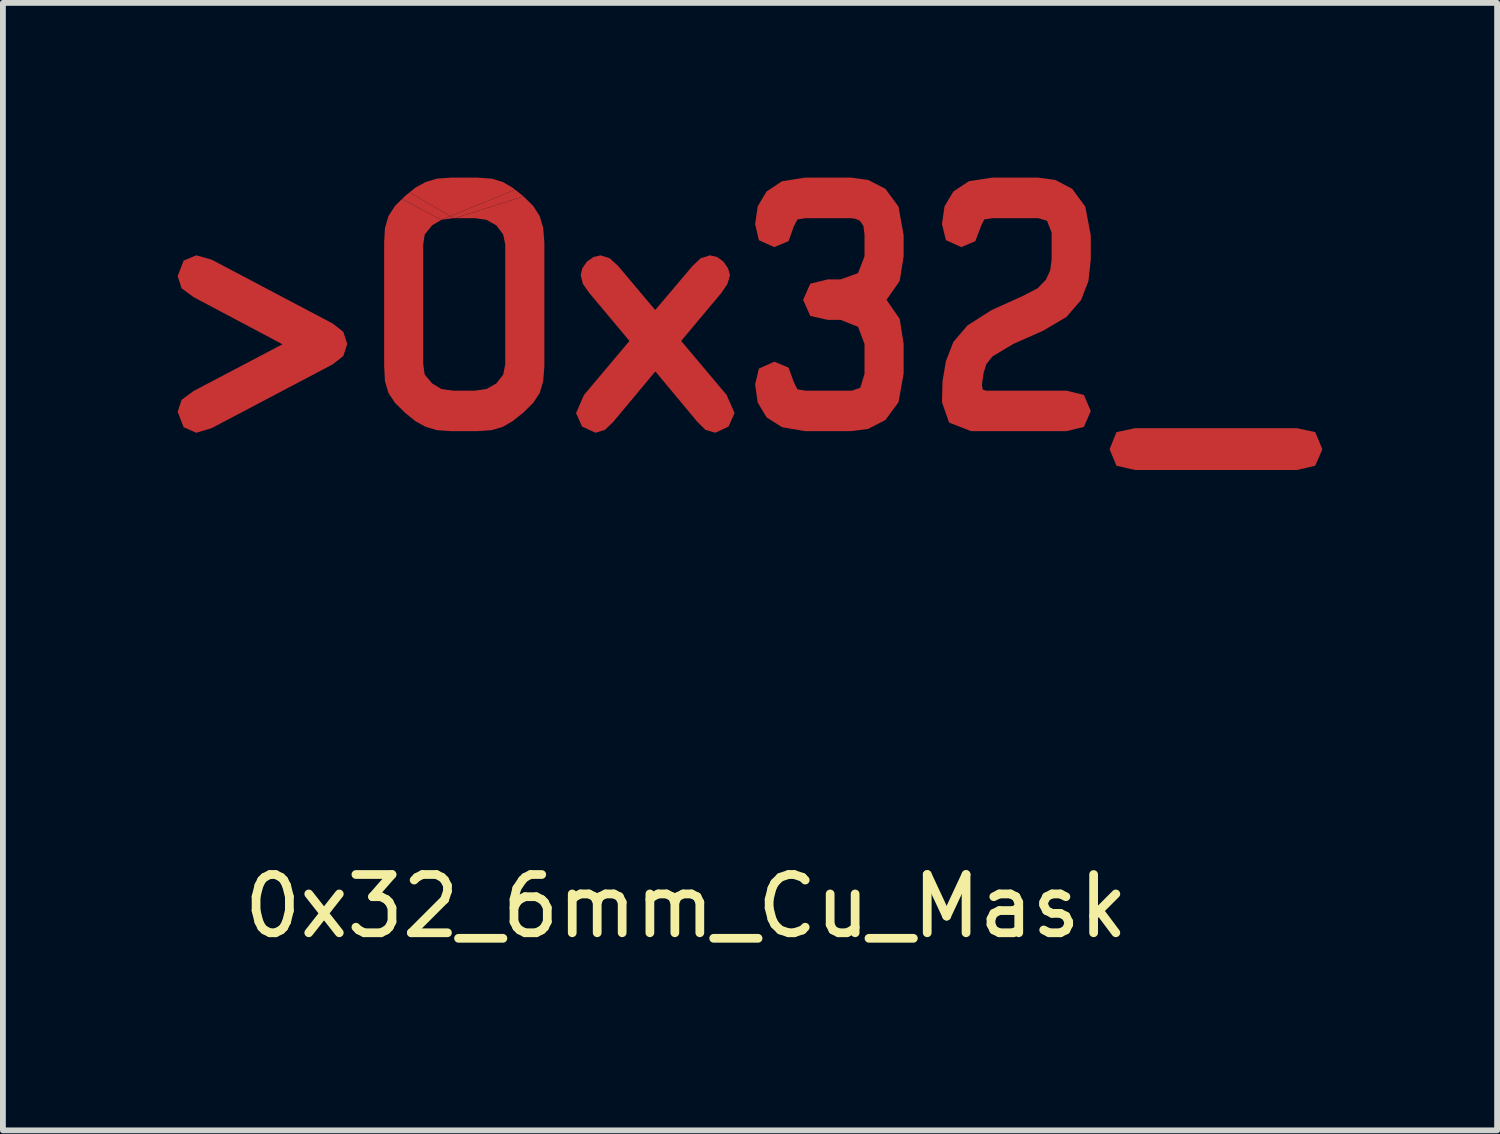
<source format=kicad_pcb>
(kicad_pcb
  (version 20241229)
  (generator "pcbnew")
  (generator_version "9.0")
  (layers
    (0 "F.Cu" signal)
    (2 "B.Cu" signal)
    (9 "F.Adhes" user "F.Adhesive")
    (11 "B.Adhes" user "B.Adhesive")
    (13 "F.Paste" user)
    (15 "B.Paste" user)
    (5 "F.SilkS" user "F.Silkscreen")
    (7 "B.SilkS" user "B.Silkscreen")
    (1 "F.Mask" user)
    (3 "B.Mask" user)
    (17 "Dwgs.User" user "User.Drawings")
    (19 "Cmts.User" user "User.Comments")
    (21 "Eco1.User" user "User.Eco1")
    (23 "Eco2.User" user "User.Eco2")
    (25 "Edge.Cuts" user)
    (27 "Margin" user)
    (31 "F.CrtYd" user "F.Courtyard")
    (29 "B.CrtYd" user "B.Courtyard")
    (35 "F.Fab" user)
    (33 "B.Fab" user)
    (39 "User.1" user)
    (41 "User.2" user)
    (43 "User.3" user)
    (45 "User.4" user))
  (footprint "0x32_6mm_Cu_Mask"
    (layer "F.Cu")
    (at 8.728 2.511)
    (property "Reference" "0x32_6mm_Cu_Mask" (at 0 10 0) (layer "F.SilkS") (effects (font (size 1 1) (thickness 0.15))))
    (attr through_hole)
    (fp_poly (pts (xy -3.991 -1.815) (xy -4.197 -1.787) (xy -4.047 -1.848)) (stroke (width 0) (type solid)) (fill yes) (layer "F.Cu"))
    (fp_poly (pts (xy -4.197 -1.787) (xy -4.876 -2.144) (xy -4.824 -2.194) (xy -4.747 -2.257) (xy -4.047 -1.848)) (stroke (width 0) (type solid)) (fill yes) (layer "F.Cu"))
    (fp_poly (pts (xy -2.934 -2.305) (xy -2.794 -2.194) (xy -2.79 -2.19) (xy -3.968 -1.815) (xy -3.991 -1.815) (xy -4.047 -1.848)) (stroke (width 0) (type solid)) (fill yes) (layer "F.Cu"))
    (fp_poly (pts (xy 10.805 1.859) (xy 10.928 2.153) (xy 10.805 2.436) (xy 10.491 2.509) (xy 7.711 2.509) (xy 7.392 2.436) (xy 7.274 2.153) (xy 7.392 1.859) (xy 7.711 1.791) (xy 10.491 1.791)) (stroke (width 0) (type solid)) (fill yes) (layer "F.Cu"))
    (fp_poly (pts (xy -4.747 -2.257) (xy -4.643 -2.341) (xy -4.466 -2.437) (xy -4.275 -2.494) (xy -4.035 -2.511) (xy -3.584 -2.511) (xy -3.338 -2.494) (xy -3.147 -2.437) (xy -2.98 -2.341) (xy -2.934 -2.305) (xy -4.047 -1.848)) (stroke (width 0) (type solid)) (fill yes) (layer "F.Cu"))
    (fp_poly (pts (xy -8.145 -1.103) (xy -6.065 -0.006) (xy -5.884 0.135) (xy -5.815 0.344) (xy -5.884 0.553) (xy -6.065 0.695) (xy -8.145 1.791) (xy -8.409 1.87) (xy -8.625 1.774) (xy -8.728 1.509) (xy -8.66 1.305) (xy -8.454 1.152) (xy -6.928 0.35) (xy -8.454 -0.459) (xy -8.66 -0.611) (xy -8.728 -0.82) (xy -8.625 -1.086) (xy -8.409 -1.177)) (stroke (width 0) (type solid)) (fill yes) (layer "F.Cu"))
    (fp_poly (pts (xy 0.536 -1.148) (xy 0.644 -1.069) (xy 0.722 -0.956) (xy 0.757 -0.837) (xy 0.712 -0.685) (xy 0.609 -0.532) (xy -0.082 0.293) (xy 0.698 1.22) (xy 0.835 1.531) (xy 0.732 1.763) (xy 0.502 1.87) (xy 0.335 1.82) (xy 0.197 1.684) (xy -0.523 0.819) (xy -0.528 0.819) (xy -1.249 1.684) (xy -1.391 1.82) (xy -1.553 1.87) (xy -1.784 1.763) (xy -1.887 1.531) (xy -1.75 1.22) (xy -0.97 0.293) (xy -1.661 -0.532) (xy -1.769 -0.685) (xy -1.808 -0.837) (xy -1.779 -0.956) (xy -1.7 -1.069) (xy -1.588 -1.148) (xy -1.465 -1.177) (xy -1.308 -1.126) (xy -1.161 -0.99) (xy -0.528 -0.238) (xy 0.109 -0.99) (xy 0.251 -1.126) (xy 0.413 -1.177)) (stroke (width 0) (type solid)) (fill yes) (layer "F.Cu"))
    (fp_poly (pts (xy -2.622 -2.025) (xy -2.51 -1.849) (xy -2.451 -1.646) (xy -2.431 -1.397) (xy -2.431 0.723) (xy -2.451 0.983) (xy -2.51 1.186) (xy -2.622 1.356) (xy -2.794 1.526) (xy -2.98 1.673) (xy -3.147 1.769) (xy -3.338 1.825) (xy -3.584 1.842) (xy -4.035 1.842) (xy -4.275 1.825) (xy -4.466 1.769) (xy -4.643 1.673) (xy -4.824 1.526) (xy -4.996 1.356) (xy -5.109 1.186) (xy -5.168 0.983) (xy -5.182 0.723) (xy -5.182 -1.397) (xy -5.168 -1.646) (xy -5.109 -1.849) (xy -4.996 -2.025) (xy -4.876 -2.144) (xy -4.197 -1.787) (xy -4.359 -1.691) (xy -4.486 -1.533) (xy -4.511 -1.363) (xy -4.511 0.695) (xy -4.486 0.87) (xy -4.359 1.022) (xy -4.197 1.119) (xy -3.991 1.147) (xy -3.628 1.147) (xy -3.427 1.119) (xy -3.255 1.022) (xy -3.137 0.87) (xy -3.103 0.695) (xy -3.103 -1.363) (xy -3.137 -1.533) (xy -3.255 -1.691) (xy -3.427 -1.787) (xy -3.628 -1.815) (xy -3.968 -1.815) (xy -2.79 -2.19)) (stroke (width 0) (type solid)) (fill yes) (layer "F.Cu"))
    (fp_poly (pts (xy 6.343 -2.471) (xy 6.632 -2.319) (xy 6.857 -2.013) (xy 6.951 -1.521) (xy 6.951 -1.103) (xy 6.911 -0.736) (xy 6.784 -0.408) (xy 6.534 -0.119) (xy 6.132 0.118) (xy 5.622 0.344) (xy 5.263 0.559) (xy 5.16 0.689) (xy 5.112 0.836) (xy 5.092 0.972) (xy 5.082 1.051) (xy 5.097 1.13) (xy 5.156 1.147) (xy 6.534 1.147) (xy 6.833 1.22) (xy 6.951 1.497) (xy 6.833 1.769) (xy 6.534 1.842) (xy 4.896 1.842) (xy 4.518 1.695) (xy 4.396 1.345) (xy 4.405 0.989) (xy 4.464 0.638) (xy 4.592 0.31) (xy 4.832 0.028) (xy 5.249 -0.238) (xy 5.788 -0.481) (xy 6.038 -0.611) (xy 6.181 -0.758) (xy 6.254 -0.917) (xy 6.279 -1.103) (xy 6.279 -1.567) (xy 6.2 -1.77) (xy 6.048 -1.815) (xy 5.268 -1.815) (xy 5.121 -1.793) (xy 5.067 -1.68) (xy 4.969 -1.42) (xy 4.729 -1.318) (xy 4.464 -1.437) (xy 4.396 -1.714) (xy 4.44 -2.019) (xy 4.592 -2.273) (xy 4.856 -2.449) (xy 5.254 -2.511) (xy 6.048 -2.511)) (stroke (width 0) (type solid)) (fill yes) (layer "F.Cu"))
    (fp_poly (pts (xy 3.13 -2.471) (xy 3.425 -2.319) (xy 3.65 -2.013) (xy 3.738 -1.521) (xy 3.738 -1.16) (xy 3.67 -0.736) (xy 3.444 -0.413) (xy 3.67 -0.086) (xy 3.738 0.344) (xy 3.738 0.853) (xy 3.65 1.345) (xy 3.425 1.65) (xy 3.13 1.803) (xy 2.836 1.842) (xy 2.042 1.842) (xy 1.649 1.774) (xy 1.384 1.605) (xy 1.232 1.35) (xy 1.188 1.039) (xy 1.252 0.768) (xy 1.517 0.649) (xy 1.762 0.751) (xy 1.855 1.005) (xy 1.914 1.124) (xy 2.056 1.147) (xy 2.851 1.147) (xy 2.993 1.096) (xy 3.066 0.859) (xy 3.066 0.344) (xy 2.954 0.05) (xy 2.655 -0.069) (xy 2.434 -0.069) (xy 2.135 -0.136) (xy 2.012 -0.413) (xy 2.135 -0.69) (xy 2.434 -0.764) (xy 2.655 -0.764) (xy 2.954 -0.871) (xy 3.066 -1.16) (xy 3.066 -1.538) (xy 3.047 -1.68) (xy 2.988 -1.77) (xy 2.909 -1.804) (xy 2.836 -1.815) (xy 2.061 -1.815) (xy 1.914 -1.793) (xy 1.855 -1.68) (xy 1.762 -1.42) (xy 1.517 -1.318) (xy 1.252 -1.437) (xy 1.188 -1.714) (xy 1.232 -2.019) (xy 1.384 -2.273) (xy 1.649 -2.449) (xy 2.042 -2.511) (xy 2.836 -2.511)) (stroke (width 0) (type solid)) (fill yes) (layer "F.Cu"))
    (fp_poly (pts (xy -3.991 -1.815) (xy -4.197 -1.787) (xy -4.047 -1.848)) (stroke (width 0) (type solid)) (fill yes) (layer "F.Mask"))
    (fp_poly (pts (xy -4.197 -1.787) (xy -4.876 -2.144) (xy -4.824 -2.194) (xy -4.747 -2.257) (xy -4.047 -1.848)) (stroke (width 0) (type solid)) (fill yes) (layer "F.Mask"))
    (fp_poly (pts (xy -2.934 -2.305) (xy -2.794 -2.194) (xy -2.79 -2.19) (xy -3.968 -1.815) (xy -3.991 -1.815) (xy -4.047 -1.848)) (stroke (width 0) (type solid)) (fill yes) (layer "F.Mask"))
    (fp_poly (pts (xy 10.805 1.859) (xy 10.928 2.153) (xy 10.805 2.436) (xy 10.491 2.509) (xy 7.711 2.509) (xy 7.392 2.436) (xy 7.274 2.153) (xy 7.392 1.859) (xy 7.711 1.791) (xy 10.491 1.791)) (stroke (width 0) (type solid)) (fill yes) (layer "F.Mask"))
    (fp_poly (pts (xy -4.747 -2.257) (xy -4.643 -2.341) (xy -4.466 -2.437) (xy -4.275 -2.494) (xy -4.035 -2.511) (xy -3.584 -2.511) (xy -3.338 -2.494) (xy -3.147 -2.437) (xy -2.98 -2.341) (xy -2.934 -2.305) (xy -4.047 -1.848)) (stroke (width 0) (type solid)) (fill yes) (layer "F.Mask"))
    (fp_poly (pts (xy -8.145 -1.103) (xy -6.065 -0.006) (xy -5.884 0.135) (xy -5.815 0.344) (xy -5.884 0.553) (xy -6.065 0.695) (xy -8.145 1.791) (xy -8.409 1.87) (xy -8.625 1.774) (xy -8.728 1.509) (xy -8.66 1.305) (xy -8.454 1.152) (xy -6.928 0.35) (xy -8.454 -0.459) (xy -8.66 -0.611) (xy -8.728 -0.82) (xy -8.625 -1.086) (xy -8.409 -1.177)) (stroke (width 0) (type solid)) (fill yes) (layer "F.Mask"))
    (fp_poly (pts (xy 0.536 -1.148) (xy 0.644 -1.069) (xy 0.722 -0.956) (xy 0.757 -0.837) (xy 0.712 -0.685) (xy 0.609 -0.532) (xy -0.082 0.293) (xy 0.698 1.22) (xy 0.835 1.531) (xy 0.732 1.763) (xy 0.502 1.87) (xy 0.335 1.82) (xy 0.197 1.684) (xy -0.523 0.819) (xy -0.528 0.819) (xy -1.249 1.684) (xy -1.391 1.82) (xy -1.553 1.87) (xy -1.784 1.763) (xy -1.887 1.531) (xy -1.75 1.22) (xy -0.97 0.293) (xy -1.661 -0.532) (xy -1.769 -0.685) (xy -1.808 -0.837) (xy -1.779 -0.956) (xy -1.7 -1.069) (xy -1.588 -1.148) (xy -1.465 -1.177) (xy -1.308 -1.126) (xy -1.161 -0.99) (xy -0.528 -0.238) (xy 0.109 -0.99) (xy 0.251 -1.126) (xy 0.413 -1.177)) (stroke (width 0) (type solid)) (fill yes) (layer "F.Mask"))
    (fp_poly (pts (xy -2.622 -2.025) (xy -2.51 -1.849) (xy -2.451 -1.646) (xy -2.431 -1.397) (xy -2.431 0.723) (xy -2.451 0.983) (xy -2.51 1.186) (xy -2.622 1.356) (xy -2.794 1.526) (xy -2.98 1.673) (xy -3.147 1.769) (xy -3.338 1.825) (xy -3.584 1.842) (xy -4.035 1.842) (xy -4.275 1.825) (xy -4.466 1.769) (xy -4.643 1.673) (xy -4.824 1.526) (xy -4.996 1.356) (xy -5.109 1.186) (xy -5.168 0.983) (xy -5.182 0.723) (xy -5.182 -1.397) (xy -5.168 -1.646) (xy -5.109 -1.849) (xy -4.996 -2.025) (xy -4.876 -2.144) (xy -4.197 -1.787) (xy -4.359 -1.691) (xy -4.486 -1.533) (xy -4.511 -1.363) (xy -4.511 0.695) (xy -4.486 0.87) (xy -4.359 1.022) (xy -4.197 1.119) (xy -3.991 1.147) (xy -3.628 1.147) (xy -3.427 1.119) (xy -3.255 1.022) (xy -3.137 0.87) (xy -3.103 0.695) (xy -3.103 -1.363) (xy -3.137 -1.533) (xy -3.255 -1.691) (xy -3.427 -1.787) (xy -3.628 -1.815) (xy -3.968 -1.815) (xy -2.79 -2.19)) (stroke (width 0) (type solid)) (fill yes) (layer "F.Mask"))
    (fp_poly (pts (xy 6.343 -2.471) (xy 6.632 -2.319) (xy 6.857 -2.013) (xy 6.951 -1.521) (xy 6.951 -1.103) (xy 6.911 -0.736) (xy 6.784 -0.408) (xy 6.534 -0.119) (xy 6.132 0.118) (xy 5.622 0.344) (xy 5.263 0.559) (xy 5.16 0.689) (xy 5.112 0.836) (xy 5.092 0.972) (xy 5.082 1.051) (xy 5.097 1.13) (xy 5.156 1.147) (xy 6.534 1.147) (xy 6.833 1.22) (xy 6.951 1.497) (xy 6.833 1.769) (xy 6.534 1.842) (xy 4.896 1.842) (xy 4.518 1.695) (xy 4.396 1.345) (xy 4.405 0.989) (xy 4.464 0.638) (xy 4.592 0.31) (xy 4.832 0.028) (xy 5.249 -0.238) (xy 5.788 -0.481) (xy 6.038 -0.611) (xy 6.181 -0.758) (xy 6.254 -0.917) (xy 6.279 -1.103) (xy 6.279 -1.567) (xy 6.2 -1.77) (xy 6.048 -1.815) (xy 5.268 -1.815) (xy 5.121 -1.793) (xy 5.067 -1.68) (xy 4.969 -1.42) (xy 4.729 -1.318) (xy 4.464 -1.437) (xy 4.396 -1.714) (xy 4.44 -2.019) (xy 4.592 -2.273) (xy 4.856 -2.449) (xy 5.254 -2.511) (xy 6.048 -2.511)) (stroke (width 0) (type solid)) (fill yes) (layer "F.Mask"))
    (fp_poly (pts (xy 3.13 -2.471) (xy 3.425 -2.319) (xy 3.65 -2.013) (xy 3.738 -1.521) (xy 3.738 -1.16) (xy 3.67 -0.736) (xy 3.444 -0.413) (xy 3.67 -0.086) (xy 3.738 0.344) (xy 3.738 0.853) (xy 3.65 1.345) (xy 3.425 1.65) (xy 3.13 1.803) (xy 2.836 1.842) (xy 2.042 1.842) (xy 1.649 1.774) (xy 1.384 1.605) (xy 1.232 1.35) (xy 1.188 1.039) (xy 1.252 0.768) (xy 1.517 0.649) (xy 1.762 0.751) (xy 1.855 1.005) (xy 1.914 1.124) (xy 2.056 1.147) (xy 2.851 1.147) (xy 2.993 1.096) (xy 3.066 0.859) (xy 3.066 0.344) (xy 2.954 0.05) (xy 2.655 -0.069) (xy 2.434 -0.069) (xy 2.135 -0.136) (xy 2.012 -0.413) (xy 2.135 -0.69) (xy 2.434 -0.764) (xy 2.655 -0.764) (xy 2.954 -0.871) (xy 3.066 -1.16) (xy 3.066 -1.538) (xy 3.047 -1.68) (xy 2.988 -1.77) (xy 2.909 -1.804) (xy 2.836 -1.815) (xy 2.061 -1.815) (xy 1.914 -1.793) (xy 1.855 -1.68) (xy 1.762 -1.42) (xy 1.517 -1.318) (xy 1.252 -1.437) (xy 1.188 -1.714) (xy 1.232 -2.019) (xy 1.384 -2.273) (xy 1.649 -2.449) (xy 2.042 -2.511) (xy 2.836 -2.511)) (stroke (width 0) (type solid)) (fill yes) (layer "F.Mask")))
  (gr_rect
    (start -3 -3)
    (end 22.656 16.359)
    (stroke (width 0.1) (type default))
    (fill no)
    (layer "Edge.Cuts")))
</source>
